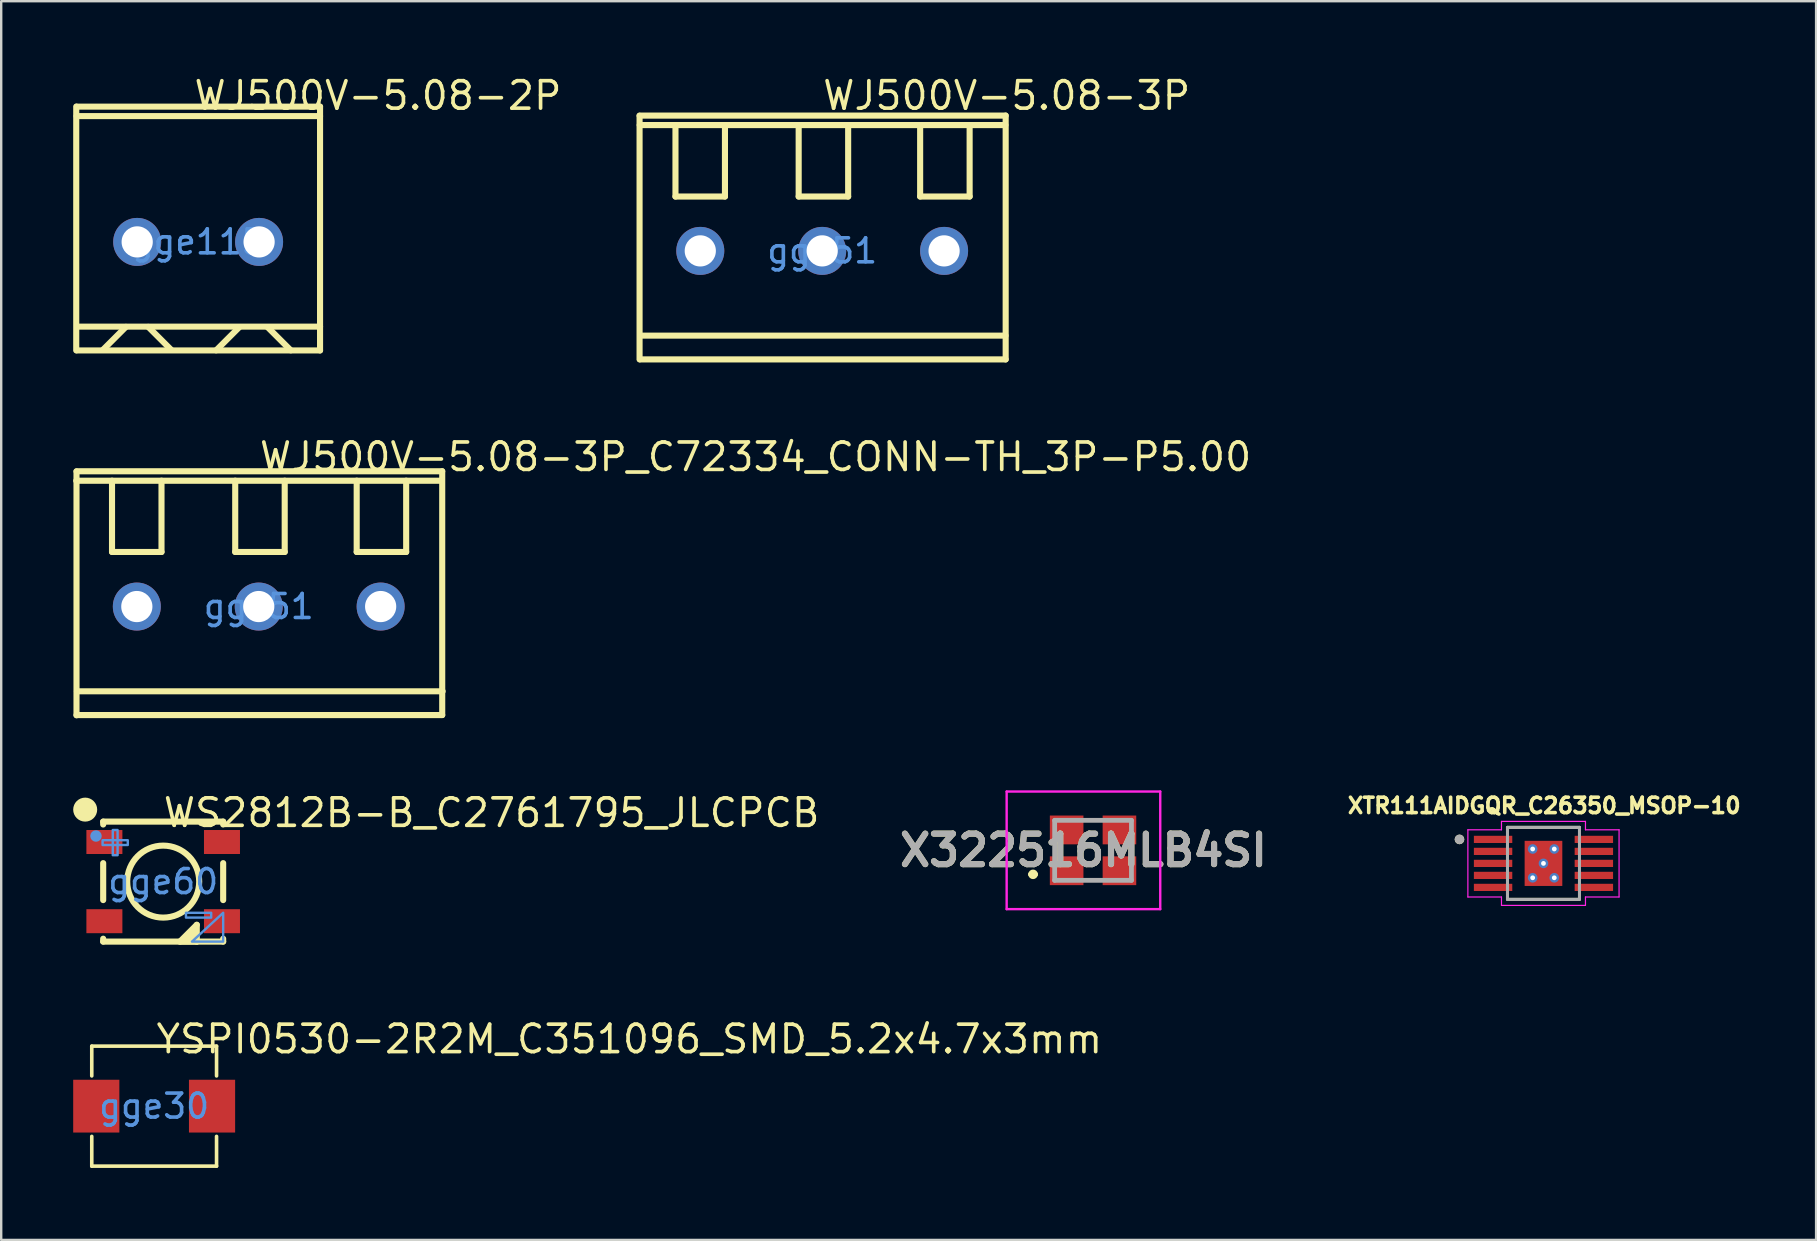
<source format=kicad_pcb>
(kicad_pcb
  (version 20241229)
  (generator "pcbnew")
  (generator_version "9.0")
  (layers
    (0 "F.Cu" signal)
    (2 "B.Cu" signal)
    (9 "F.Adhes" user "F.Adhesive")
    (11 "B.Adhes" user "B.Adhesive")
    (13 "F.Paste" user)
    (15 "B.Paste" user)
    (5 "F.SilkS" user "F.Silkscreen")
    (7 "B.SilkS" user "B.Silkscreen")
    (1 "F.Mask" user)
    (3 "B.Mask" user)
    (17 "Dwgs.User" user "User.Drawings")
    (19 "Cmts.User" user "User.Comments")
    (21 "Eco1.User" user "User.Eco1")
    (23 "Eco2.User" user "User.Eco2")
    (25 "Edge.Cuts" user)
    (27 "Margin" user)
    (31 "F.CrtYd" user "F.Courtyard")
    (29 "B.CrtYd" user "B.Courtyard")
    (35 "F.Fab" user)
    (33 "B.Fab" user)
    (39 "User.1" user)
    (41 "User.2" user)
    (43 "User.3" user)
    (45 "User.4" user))
  (footprint "YSPI0530-2R2M_C351096_SMD_5.2x4.7x3mm"
    (layer "F.Cu")
    (at 3.374 43.045)
    (property "Reference" "YSPI0530-2R2M_C351096_SMD_5.2x4.7x3mm" (at 0 -2.794 0) (layer "F.SilkS") (effects (font (size 1.143 1.143) (thickness 0.152)) (justify left)))
    (attr smd)
    (fp_line (start -2.6 -2.5) (end 2.6 -2.5) (stroke (width 0.15) (type solid)) (layer "F.SilkS"))
    (fp_line (start -2.6 -1.26) (end -2.6 -2.5) (stroke (width 0.15) (type solid)) (layer "F.SilkS"))
    (fp_line (start -2.6 1.26) (end -2.6 2.5) (stroke (width 0.15) (type solid)) (layer "F.SilkS"))
    (fp_line (start -2.6 2.5) (end 2.6 2.5) (stroke (width 0.15) (type solid)) (layer "F.SilkS"))
    (fp_line (start 2.6 -2.5) (end 2.6 -1.26) (stroke (width 0.15) (type solid)) (layer "F.SilkS"))
    (fp_line (start 2.6 2.5) (end 2.6 1.26) (stroke (width 0.15) (type solid)) (layer "F.SilkS"))
    (fp_text user "gge30" (at 0 0 0) (layer "Cmts.User") (effects (font (size 1 1) (thickness 0.15))))
    (pad "1" smd rect (at 2.412 0) (size 1.924 2.2) (layers "F.Cu" "F.Mask" "F.Paste"))
    (pad "2" smd rect (at -2.412 0) (size 1.924 2.2) (layers "F.Cu" "F.Mask" "F.Paste")))
  (footprint "WJ500V-5.08-3P_C72334_CONN-TH_3P-P5.00"
    (layer "F.Cu")
    (at 7.732 22.226)
    (property "Reference" "WJ500V-5.08-3P_C72334_CONN-TH_3P-P5.00" (at -0.053 -6.236 0) (layer "F.SilkS") (effects (font (size 1.143 1.143) (thickness 0.152)) (justify left)))
    (attr through_hole)
    (fp_line (start -7.594 4.532) (end -7.594 -5.628) (stroke (width 0.254) (type solid)) (layer "F.SilkS"))
    (fp_line (start -6.114 -5.245) (end -6.114 -2.275) (stroke (width 0.254) (type solid)) (layer "F.SilkS"))
    (fp_line (start -6.114 -2.275) (end -4.052 -2.275) (stroke (width 0.254) (type solid)) (layer "F.SilkS"))
    (fp_line (start -4.052 -2.275) (end -4.052 -5.245) (stroke (width 0.254) (type solid)) (layer "F.SilkS"))
    (fp_line (start -0.98 -5.245) (end -0.98 -2.275) (stroke (width 0.254) (type solid)) (layer "F.SilkS"))
    (fp_line (start -0.98 -2.275) (end 1.082 -2.275) (stroke (width 0.254) (type solid)) (layer "F.SilkS"))
    (fp_line (start 1.082 -2.275) (end 1.082 -5.245) (stroke (width 0.254) (type solid)) (layer "F.SilkS"))
    (fp_line (start 4.082 -5.245) (end 4.082 -2.275) (stroke (width 0.254) (type solid)) (layer "F.SilkS"))
    (fp_line (start 4.082 -2.275) (end 6.144 -2.275) (stroke (width 0.254) (type solid)) (layer "F.SilkS"))
    (fp_line (start 6.144 -2.275) (end 6.144 -5.245) (stroke (width 0.254) (type solid)) (layer "F.SilkS"))
    (fp_line (start 7.635 -5.243) (end -7.605 -5.243) (stroke (width 0.254) (type solid)) (layer "F.SilkS"))
    (fp_line (start 7.646 -5.638) (end -7.594 -5.638) (stroke (width 0.254) (type solid)) (layer "F.SilkS"))
    (fp_line (start 7.646 4.522) (end -7.594 4.522) (stroke (width 0.254) (type solid)) (layer "F.SilkS"))
    (fp_line (start 7.646 4.522) (end 7.646 -5.638) (stroke (width 0.254) (type solid)) (layer "F.SilkS"))
    (fp_line (start 7.664 3.531) (end -7.576 3.531) (stroke (width 0.254) (type solid)) (layer "F.SilkS"))
    (fp_text user "gge51" (at 0 0 0) (layer "Cmts.User") (effects (font (size 1 1) (thickness 0.15))))
    (pad "1" thru_hole circle (at -5.08 0 180) (size 2 2) (drill 1.3) (layers "*.Cu" "*.Paste" "*.Mask"))
    (pad "2" thru_hole circle (at 0 0 180) (size 2 2) (drill 1.3) (layers "*.Cu" "*.Paste" "*.Mask"))
    (pad "3" thru_hole circle (at 5.08 0 180) (size 2 2) (drill 1.3) (layers "*.Cu" "*.Paste" "*.Mask")))
  (footprint "WS2812B-B_C2761795_JLCPCB"
    (layer "F.Cu")
    (at 3.75 33.688)
    (property "Reference" "WS2812B-B_C2761795_JLCPCB" (at -0.076 -2.868 0) (layer "F.SilkS") (effects (font (size 1.143 1.143) (thickness 0.152)) (justify left)))
    (attr smd)
    (fp_line (start -2.5 -2.5) (end 2.5 -2.5) (stroke (width 0.254) (type solid)) (layer "F.SilkS"))
    (fp_line (start -2.5 -2.38) (end -2.5 -2.5) (stroke (width 0.254) (type solid)) (layer "F.SilkS"))
    (fp_line (start -2.5 0.77) (end -2.5 -0.77) (stroke (width 0.254) (type solid)) (layer "F.SilkS"))
    (fp_line (start -2.5 2.5) (end -2.5 2.38) (stroke (width 0.254) (type solid)) (layer "F.SilkS"))
    (fp_line (start 0.7 2.5) (end 1.4 1.8) (stroke (width 0.254) (type solid)) (layer "F.SilkS"))
    (fp_line (start 1.4 1.8) (end 1.4 2.5) (stroke (width 0.254) (type solid)) (layer "F.SilkS"))
    (fp_line (start 1.4 2.5) (end 0.7 2.5) (stroke (width 0.254) (type solid)) (layer "F.SilkS"))
    (fp_line (start 1.4 2.5) (end 1.4 2.5) (stroke (width 0.254) (type solid)) (layer "F.SilkS"))
    (fp_line (start 2.5 -2.5) (end 2.5 -2.38) (stroke (width 0.254) (type solid)) (layer "F.SilkS"))
    (fp_line (start 2.5 -0.77) (end 2.5 0.77) (stroke (width 0.254) (type solid)) (layer "F.SilkS"))
    (fp_line (start 2.5 2.38) (end 2.5 2.5) (stroke (width 0.254) (type solid)) (layer "F.SilkS"))
    (fp_line (start 2.5 2.5) (end -2.5 2.5) (stroke (width 0.254) (type solid)) (layer "F.SilkS"))
    (fp_circle (center -3.25 -3) (end -3 -3) (stroke (width 0.5) (type solid)) (fill no) (layer "F.SilkS"))
    (fp_circle (center 0.001 0) (end 1.501 0) (stroke (width 0.254) (type solid)) (fill no) (layer "F.SilkS"))
    (fp_poly (pts (xy 1.4 1.8) (xy 1.4 2.4) (xy 1.3 2.5) (xy 0.7 2.5)) (stroke (width 0) (type solid)) (fill yes) (layer "F.SilkS"))
    (fp_circle (center -2.8 -1.9) (end -2.68 -1.9) (stroke (width 0.24) (type solid)) (fill no) (layer "Cmts.User"))
    (fp_poly (pts (xy 2.5 1.3) (xy 2.5 2.5) (xy 1.2 2.5)) (stroke (width 0.1) (type solid)) (fill no) (layer "Cmts.User"))
    (fp_poly (pts (xy -2.525 -1.725) (xy -1.475 -1.725) (xy -1.475 -1.525) (xy -2.525 -1.525)) (stroke (width 0.1) (type solid)) (fill no) (layer "Cmts.User"))
    (fp_poly (pts (xy -2.1 -1.1) (xy -2.1 -2.15) (xy -1.9 -2.15) (xy -1.9 -1.1)) (stroke (width 0.1) (type solid)) (fill no) (layer "Cmts.User"))
    (fp_poly (pts (xy 2 1.5) (xy 0.95 1.5) (xy 0.95 1.3) (xy 2 1.3)) (stroke (width 0.1) (type solid)) (fill no) (layer "Cmts.User"))
    (fp_text user "gge60" (at 0 0 0) (layer "Cmts.User") (effects (font (size 1 1) (thickness 0.15))))
    (pad "1" smd rect (at -2.45 -1.65 180) (size 1.5 1) (layers "F.Cu" "F.Mask" "F.Paste"))
    (pad "2" smd rect (at -2.45 1.65 180) (size 1.5 1) (layers "F.Cu" "F.Mask" "F.Paste"))
    (pad "3" smd rect (at 2.45 1.65 180) (size 1.5 1) (layers "F.Cu" "F.Mask" "F.Paste"))
    (pad "4" smd rect (at 2.45 -1.65 180) (size 1.5 1) (layers "F.Cu" "F.Mask" "F.Paste")))
  (footprint "WJ500V-5.08-3P"
    (layer "F.Cu")
    (at 31.212 7.405)
    (property "Reference" "WJ500V-5.08-3P" (at -0.06 -6.47 0) (layer "F.SilkS") (effects (font (size 1.143 1.143) (thickness 0.152)) (justify left)))
    (attr through_hole)
    (fp_line (start -7.61 4.52) (end -7.61 -5.63) (stroke (width 0.254) (type solid)) (layer "F.SilkS"))
    (fp_line (start -6.114 -5.235) (end -6.114 -2.265) (stroke (width 0.254) (type solid)) (layer "F.SilkS"))
    (fp_line (start -6.114 -2.265) (end -4.052 -2.265) (stroke (width 0.254) (type solid)) (layer "F.SilkS"))
    (fp_line (start -4.052 -2.265) (end -4.052 -5.235) (stroke (width 0.254) (type solid)) (layer "F.SilkS"))
    (fp_line (start -0.98 -5.235) (end -0.98 -2.265) (stroke (width 0.254) (type solid)) (layer "F.SilkS"))
    (fp_line (start -0.98 -2.265) (end 1.082 -2.265) (stroke (width 0.254) (type solid)) (layer "F.SilkS"))
    (fp_line (start 1.082 -2.265) (end 1.082 -5.235) (stroke (width 0.254) (type solid)) (layer "F.SilkS"))
    (fp_line (start 4.082 -5.235) (end 4.082 -2.265) (stroke (width 0.254) (type solid)) (layer "F.SilkS"))
    (fp_line (start 4.082 -2.265) (end 6.144 -2.265) (stroke (width 0.254) (type solid)) (layer "F.SilkS"))
    (fp_line (start 6.144 -2.265) (end 6.144 -5.235) (stroke (width 0.254) (type solid)) (layer "F.SilkS"))
    (fp_line (start 7.635 -5.243) (end -7.605 -5.243) (stroke (width 0.254) (type solid)) (layer "F.SilkS"))
    (fp_line (start 7.64 3.531) (end -7.576 3.531) (stroke (width 0.254) (type solid)) (layer "F.SilkS"))
    (fp_line (start 7.646 -5.638) (end -7.61 -5.638) (stroke (width 0.254) (type solid)) (layer "F.SilkS"))
    (fp_line (start 7.646 4.522) (end -7.594 4.522) (stroke (width 0.254) (type solid)) (layer "F.SilkS"))
    (fp_line (start 7.646 4.522) (end 7.646 -5.638) (stroke (width 0.254) (type solid)) (layer "F.SilkS"))
    (fp_text user "gge51" (at 0 0 0) (layer "Cmts.User") (effects (font (size 1 1) (thickness 0.15))))
    (pad "1" thru_hole circle (at -5.08 0 180) (size 2 2) (drill 1.3) (layers "*.Cu" "*.Mask"))
    (pad "2" thru_hole circle (at 0 0 180) (size 2 2) (drill 1.3) (layers "*.Cu" "*.Mask"))
    (pad "3" thru_hole circle (at 5.08 0 180) (size 2 2) (drill 1.3) (layers "*.Cu" "*.Mask")))
  (footprint "XTR111AIDGQR_C26350_MSOP-10"
    (layer "F.Cu")
    (at 61.269 32.929)
    (property "Reference" "XTR111AIDGQR_C26350_MSOP-10" (at 0.032 -2.406 0) (layer "F.SilkS") (effects (font (size 0.64 0.64) (thickness 0.15))))
    (attr through_hole)
    (fp_poly (pts (xy -2.95 -1.2) (xy -1.25 -1.2) (xy -1.25 -0.8) (xy -2.95 -0.8)) (stroke (width 0.01) (type solid)) (fill yes) (layer "F.Mask"))
    (fp_poly (pts (xy -2.95 -0.7) (xy -1.25 -0.7) (xy -1.25 -0.3) (xy -2.95 -0.3)) (stroke (width 0.01) (type solid)) (fill yes) (layer "F.Mask"))
    (fp_poly (pts (xy -2.95 -0.2) (xy -1.25 -0.2) (xy -1.25 0.2) (xy -2.95 0.2)) (stroke (width 0.01) (type solid)) (fill yes) (layer "F.Mask"))
    (fp_poly (pts (xy -2.95 0.3) (xy -1.25 0.3) (xy -1.25 0.7) (xy -2.95 0.7)) (stroke (width 0.01) (type solid)) (fill yes) (layer "F.Mask"))
    (fp_poly (pts (xy -2.95 0.8) (xy -1.25 0.8) (xy -1.25 1.2) (xy -2.95 1.2)) (stroke (width 0.01) (type solid)) (fill yes) (layer "F.Mask"))
    (fp_poly (pts (xy 1.25 -1.2) (xy 2.95 -1.2) (xy 2.95 -0.8) (xy 1.25 -0.8)) (stroke (width 0.01) (type solid)) (fill yes) (layer "F.Mask"))
    (fp_poly (pts (xy 1.25 -0.7) (xy 2.95 -0.7) (xy 2.95 -0.3) (xy 1.25 -0.3)) (stroke (width 0.01) (type solid)) (fill yes) (layer "F.Mask"))
    (fp_poly (pts (xy 1.25 -0.2) (xy 2.95 -0.2) (xy 2.95 0.2) (xy 1.25 0.2)) (stroke (width 0.01) (type solid)) (fill yes) (layer "F.Mask"))
    (fp_poly (pts (xy 1.25 0.3) (xy 2.95 0.3) (xy 2.95 0.7) (xy 1.25 0.7)) (stroke (width 0.01) (type solid)) (fill yes) (layer "F.Mask"))
    (fp_poly (pts (xy 1.25 0.8) (xy 2.95 0.8) (xy 2.95 1.2) (xy 1.25 1.2)) (stroke (width 0.01) (type solid)) (fill yes) (layer "F.Mask"))
    (fp_line (start -1.5 1.5) (end 1.5 1.5) (stroke (width 0.127) (type solid)) (layer "F.SilkS"))
    (fp_line (start 1.5 -1.5) (end -1.5 -1.5) (stroke (width 0.127) (type solid)) (layer "F.SilkS"))
    (fp_circle (center -3.5 -1) (end -3.4 -1) (stroke (width 0.2) (type solid)) (fill no) (layer "F.SilkS"))
    (fp_poly (pts (xy -2.875 -1.125) (xy -1.325 -1.125) (xy -1.325 -0.875) (xy -2.875 -0.875)) (stroke (width 0.01) (type solid)) (fill yes) (layer "F.Paste"))
    (fp_poly (pts (xy -2.875 -0.625) (xy -1.325 -0.625) (xy -1.325 -0.375) (xy -2.875 -0.375)) (stroke (width 0.01) (type solid)) (fill yes) (layer "F.Paste"))
    (fp_poly (pts (xy -2.875 -0.125) (xy -1.325 -0.125) (xy -1.325 0.125) (xy -2.875 0.125)) (stroke (width 0.01) (type solid)) (fill yes) (layer "F.Paste"))
    (fp_poly (pts (xy -2.875 0.375) (xy -1.325 0.375) (xy -1.325 0.625) (xy -2.875 0.625)) (stroke (width 0.01) (type solid)) (fill yes) (layer "F.Paste"))
    (fp_poly (pts (xy -2.875 0.875) (xy -1.325 0.875) (xy -1.325 1.125) (xy -2.875 1.125)) (stroke (width 0.01) (type solid)) (fill yes) (layer "F.Paste"))
    (fp_poly (pts (xy 1.325 -1.125) (xy 2.875 -1.125) (xy 2.875 -0.875) (xy 1.325 -0.875)) (stroke (width 0.01) (type solid)) (fill yes) (layer "F.Paste"))
    (fp_poly (pts (xy 1.325 -0.625) (xy 2.875 -0.625) (xy 2.875 -0.375) (xy 1.325 -0.375)) (stroke (width 0.01) (type solid)) (fill yes) (layer "F.Paste"))
    (fp_poly (pts (xy 1.325 -0.125) (xy 2.875 -0.125) (xy 2.875 0.125) (xy 1.325 0.125)) (stroke (width 0.01) (type solid)) (fill yes) (layer "F.Paste"))
    (fp_poly (pts (xy 1.325 0.375) (xy 2.875 0.375) (xy 2.875 0.625) (xy 1.325 0.625)) (stroke (width 0.01) (type solid)) (fill yes) (layer "F.Paste"))
    (fp_poly (pts (xy 1.325 0.875) (xy 2.875 0.875) (xy 2.875 1.125) (xy 1.325 1.125)) (stroke (width 0.01) (type solid)) (fill yes) (layer "F.Paste"))
    (fp_line (start -3.15 -1.4) (end -3.15 1.4) (stroke (width 0.05) (type solid)) (layer "F.CrtYd"))
    (fp_line (start -3.15 1.4) (end -1.75 1.4) (stroke (width 0.05) (type solid)) (layer "F.CrtYd"))
    (fp_line (start -1.75 -1.75) (end -1.75 -1.4) (stroke (width 0.05) (type solid)) (layer "F.CrtYd"))
    (fp_line (start -1.75 -1.4) (end -3.15 -1.4) (stroke (width 0.05) (type solid)) (layer "F.CrtYd"))
    (fp_line (start -1.75 1.4) (end -1.75 1.75) (stroke (width 0.05) (type solid)) (layer "F.CrtYd"))
    (fp_line (start -1.75 1.75) (end 1.75 1.75) (stroke (width 0.05) (type solid)) (layer "F.CrtYd"))
    (fp_line (start 1.75 -1.75) (end -1.75 -1.75) (stroke (width 0.05) (type solid)) (layer "F.CrtYd"))
    (fp_line (start 1.75 -1.4) (end 1.75 -1.75) (stroke (width 0.05) (type solid)) (layer "F.CrtYd"))
    (fp_line (start 1.75 1.4) (end 3.15 1.4) (stroke (width 0.05) (type solid)) (layer "F.CrtYd"))
    (fp_line (start 1.75 1.75) (end 1.75 1.4) (stroke (width 0.05) (type solid)) (layer "F.CrtYd"))
    (fp_line (start 3.15 -1.4) (end 1.75 -1.4) (stroke (width 0.05) (type solid)) (layer "F.CrtYd"))
    (fp_line (start 3.15 1.4) (end 3.15 -1.4) (stroke (width 0.05) (type solid)) (layer "F.CrtYd"))
    (fp_line (start -1.5 -1.5) (end -1.5 1.5) (stroke (width 0.127) (type solid)) (layer "F.Fab"))
    (fp_line (start -1.5 1.5) (end 1.5 1.5) (stroke (width 0.127) (type solid)) (layer "F.Fab"))
    (fp_line (start 1.5 -1.5) (end -1.5 -1.5) (stroke (width 0.127) (type solid)) (layer "F.Fab"))
    (fp_line (start 1.5 1.5) (end 1.5 -1.5) (stroke (width 0.127) (type solid)) (layer "F.Fab"))
    (fp_circle (center -3.5 -1) (end -3.4 -1) (stroke (width 0.2) (type solid)) (fill no) (layer "F.Fab"))
    (pad "1" smd rect (at -2.1 -1) (size 1.6 0.3) (layers "F.Cu"))
    (pad "2" smd rect (at -2.1 -0.5) (size 1.6 0.3) (layers "F.Cu"))
    (pad "3" smd rect (at -2.1 0) (size 1.6 0.3) (layers "F.Cu"))
    (pad "4" smd rect (at -2.1 0.5) (size 1.6 0.3) (layers "F.Cu"))
    (pad "5" smd rect (at -2.1 1) (size 1.6 0.3) (layers "F.Cu"))
    (pad "6" smd rect (at 2.1 1) (size 1.6 0.3) (layers "F.Cu"))
    (pad "7" smd rect (at 2.1 0.5) (size 1.6 0.3) (layers "F.Cu"))
    (pad "8" smd rect (at 2.1 0) (size 1.6 0.3) (layers "F.Cu"))
    (pad "9" smd rect (at 2.1 -0.5) (size 1.6 0.3) (layers "F.Cu"))
    (pad "10" smd rect (at 2.1 -1) (size 1.6 0.3) (layers "F.Cu"))
    (pad "11" smd rect (at 0 0) (size 1.57 1.88) (layers "F.Cu" "F.Mask" "F.Paste"))
    (pad "12" thru_hole circle (at -0.45 -0.6) (size 0.4 0.4) (drill 0.2) (layers "*.Cu"))
    (pad "13" thru_hole circle (at 0.45 -0.6) (size 0.4 0.4) (drill 0.2) (layers "*.Cu"))
    (pad "14" thru_hole circle (at 0 0) (size 0.4 0.4) (drill 0.2) (layers "*.Cu"))
    (pad "15" thru_hole circle (at -0.45 0.6) (size 0.4 0.4) (drill 0.2) (layers "*.Cu"))
    (pad "16" thru_hole circle (at 0.45 0.6) (size 0.4 0.4) (drill 0.2) (layers "*.Cu")))
  (footprint "X322516MLB4SI"
    (layer "F.Cu")
    (at 42.499 32.385)
    (property "Reference" "X322516MLB4SI" (at -0.4 0 0) (layer "F.SilkS") (effects (font (size 1.27 1.27) (thickness 0.254))))
    (attr smd)
    (fp_line (start -2.6 1) (end -2.6 1) (stroke (width 0.2) (type solid)) (layer "F.SilkS"))
    (fp_line (start -2.4 1) (end -2.4 1) (stroke (width 0.2) (type solid)) (layer "F.SilkS"))
    (fp_arc (start -2.6 1) (mid -2.5 0.9) (end -2.4 1) (stroke (width 0.2) (type solid)) (layer "F.SilkS"))
    (fp_arc (start -2.4 1) (mid -2.5 1.1) (end -2.6 1) (stroke (width 0.2) (type solid)) (layer "F.SilkS"))
    (fp_line (start -3.6 -2.45) (end 2.8 -2.45) (stroke (width 0.1) (type solid)) (layer "F.CrtYd"))
    (fp_line (start -3.6 2.45) (end -3.6 -2.45) (stroke (width 0.1) (type solid)) (layer "F.CrtYd"))
    (fp_line (start 2.8 -2.45) (end 2.8 2.45) (stroke (width 0.1) (type solid)) (layer "F.CrtYd"))
    (fp_line (start 2.8 2.45) (end -3.6 2.45) (stroke (width 0.1) (type solid)) (layer "F.CrtYd"))
    (fp_line (start -1.6 -1.25) (end 1.6 -1.25) (stroke (width 0.2) (type solid)) (layer "F.Fab"))
    (fp_line (start -1.6 1.25) (end -1.6 -1.25) (stroke (width 0.2) (type solid)) (layer "F.Fab"))
    (fp_line (start 1.6 -1.25) (end 1.6 1.25) (stroke (width 0.2) (type solid)) (layer "F.Fab"))
    (fp_line (start 1.6 1.25) (end -1.6 1.25) (stroke (width 0.2) (type solid)) (layer "F.Fab"))
    (fp_text user "${REFERENCE}" (at -0.4 0 0) (layer "F.Fab") (effects (font (size 1.27 1.27) (thickness 0.254))))
    (pad "1" smd rect (at -1.1 0.85 90) (size 1.2 1.4) (layers "F.Cu" "F.Mask" "F.Paste"))
    (pad "2" smd rect (at 1.1 0.85 90) (size 1.2 1.4) (layers "F.Cu" "F.Mask" "F.Paste"))
    (pad "3" smd rect (at 1.1 -0.85 90) (size 1.2 1.4) (layers "F.Cu" "F.Mask" "F.Paste"))
    (pad "4" smd rect (at -1.1 -0.85 90) (size 1.2 1.4) (layers "F.Cu" "F.Mask" "F.Paste")))
  (footprint "WJ500V-5.08-2P"
    (layer "F.Cu")
    (at 5.207 7.031)
    (property "Reference" "WJ500V-5.08-2P" (at -0.254 -6.096 0) (layer "F.SilkS") (effects (font (size 1.143 1.143) (thickness 0.152)) (justify left)))
    (attr through_hole)
    (fp_line (start -5.08 4.52) (end -5.08 -5.64) (stroke (width 0.254) (type solid)) (layer "F.SilkS"))
    (fp_line (start -3.01 3.54) (end -3.97 4.5) (stroke (width 0.254) (type solid)) (layer "F.SilkS"))
    (fp_line (start -2.08 3.54) (end -1.12 4.5) (stroke (width 0.254) (type solid)) (layer "F.SilkS"))
    (fp_line (start 1.71 3.558) (end 0.75 4.518) (stroke (width 0.254) (type solid)) (layer "F.SilkS"))
    (fp_line (start 2.9 3.558) (end 3.86 4.518) (stroke (width 0.254) (type solid)) (layer "F.SilkS"))
    (fp_line (start 5.08 -5.638) (end -5.054 -5.638) (stroke (width 0.254) (type solid)) (layer "F.SilkS"))
    (fp_line (start 5.08 -5.243) (end -5.065 -5.243) (stroke (width 0.254) (type solid)) (layer "F.SilkS"))
    (fp_line (start 5.08 3.531) (end -5.036 3.531) (stroke (width 0.254) (type solid)) (layer "F.SilkS"))
    (fp_line (start 5.08 4.522) (end -5.054 4.522) (stroke (width 0.254) (type solid)) (layer "F.SilkS"))
    (fp_line (start 5.08 4.522) (end 5.08 -5.638) (stroke (width 0.254) (type solid)) (layer "F.SilkS"))
    (fp_text user "gge115" (at 0 0 0) (layer "Cmts.User") (effects (font (size 1 1) (thickness 0.15))))
    (pad "1" thru_hole circle (at -2.54 0 180) (size 2 2) (drill 1.3) (layers "*.Cu" "*.Mask"))
    (pad "2" thru_hole circle (at 2.54 0 180) (size 2 2) (drill 1.3) (layers "*.Cu" "*.Mask")))
  (gr_rect
    (start -3 -3)
    (end 72.63 48.62)
    (stroke (width 0.1) (type default))
    (fill no)
    (layer "Edge.Cuts")))
</source>
